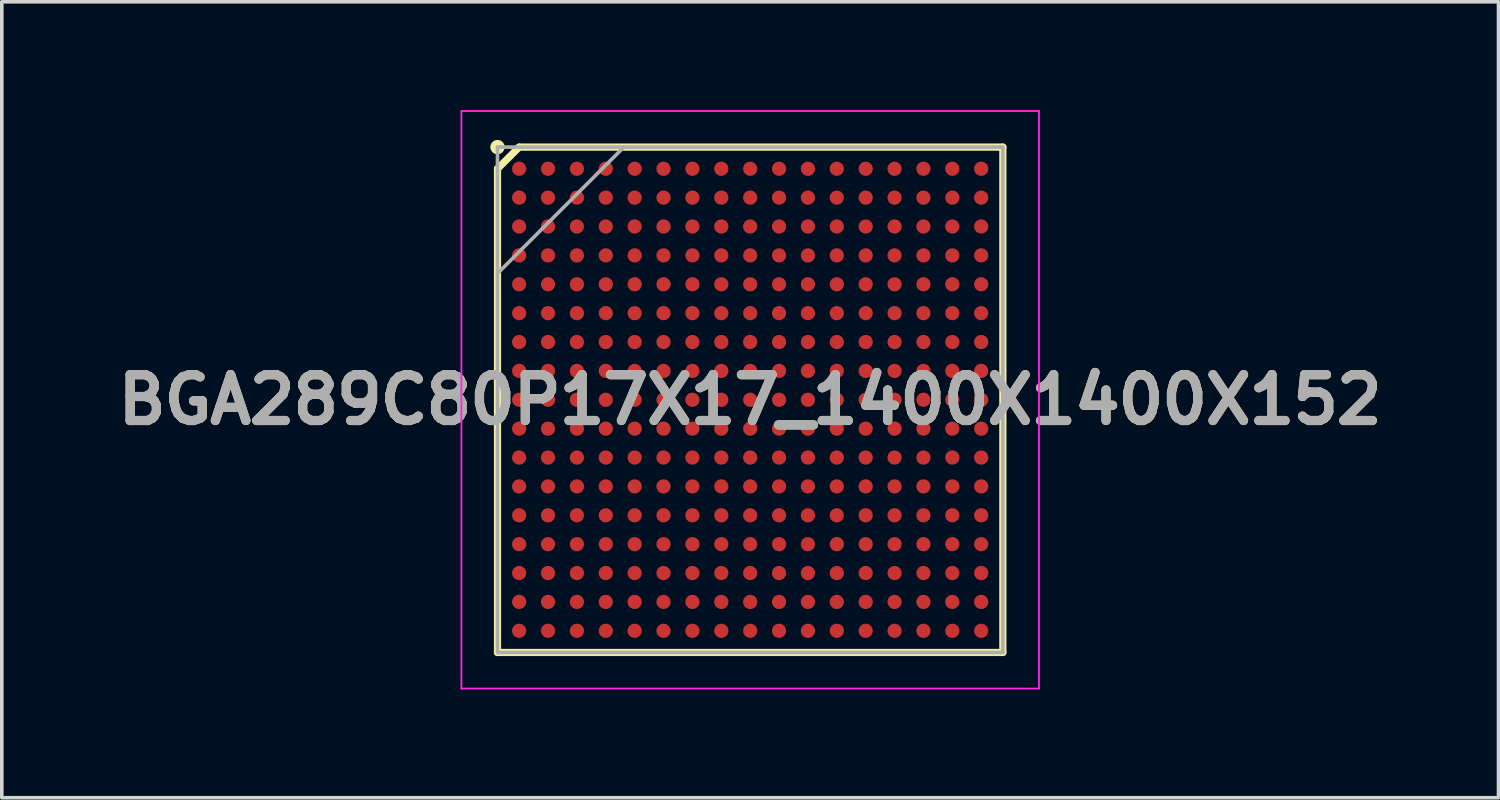
<source format=kicad_pcb>
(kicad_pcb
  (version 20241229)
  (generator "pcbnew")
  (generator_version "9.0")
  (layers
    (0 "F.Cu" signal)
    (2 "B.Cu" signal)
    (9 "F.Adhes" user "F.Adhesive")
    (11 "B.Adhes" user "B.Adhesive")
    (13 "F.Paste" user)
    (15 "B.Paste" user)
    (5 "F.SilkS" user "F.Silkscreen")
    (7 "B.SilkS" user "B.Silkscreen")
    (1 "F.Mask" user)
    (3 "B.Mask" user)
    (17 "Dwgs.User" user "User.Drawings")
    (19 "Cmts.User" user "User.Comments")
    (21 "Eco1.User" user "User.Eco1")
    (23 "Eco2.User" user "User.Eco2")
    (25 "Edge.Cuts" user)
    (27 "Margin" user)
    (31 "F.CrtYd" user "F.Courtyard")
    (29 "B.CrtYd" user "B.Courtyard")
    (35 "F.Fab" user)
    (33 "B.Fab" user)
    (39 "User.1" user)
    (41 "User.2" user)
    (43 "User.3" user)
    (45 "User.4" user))
  (footprint "BGA289C80P17X17_1400X1400X152"
    (layer "F.Cu")
    (at 17.732 8.025)
    (property "Reference" "BGA289C80P17X17_1400X1400X152" (at 0 0 0) (layer "F.SilkS") (effects (font (size 1.27 1.27) (thickness 0.254))))
    (attr smd)
    (fp_line (start -7 -6.4) (end -6.4 -7) (stroke (width 0.2) (type solid)) (layer "F.SilkS"))
    (fp_line (start -7 7) (end -7 -6.4) (stroke (width 0.2) (type solid)) (layer "F.SilkS"))
    (fp_line (start -6.4 -7) (end 7 -7) (stroke (width 0.2) (type solid)) (layer "F.SilkS"))
    (fp_line (start 7 -7) (end 7 7) (stroke (width 0.2) (type solid)) (layer "F.SilkS"))
    (fp_line (start 7 7) (end -7 7) (stroke (width 0.2) (type solid)) (layer "F.SilkS"))
    (fp_circle (center -7 -7) (end -7 -6.9) (stroke (width 0.2) (type solid)) (fill no) (layer "F.SilkS"))
    (fp_line (start -8 -8) (end 8 -8) (stroke (width 0.05) (type solid)) (layer "F.CrtYd"))
    (fp_line (start -8 8) (end -8 -8) (stroke (width 0.05) (type solid)) (layer "F.CrtYd"))
    (fp_line (start 8 -8) (end 8 8) (stroke (width 0.05) (type solid)) (layer "F.CrtYd"))
    (fp_line (start 8 8) (end -8 8) (stroke (width 0.05) (type solid)) (layer "F.CrtYd"))
    (fp_line (start -7 -7) (end 7 -7) (stroke (width 0.1) (type solid)) (layer "F.Fab"))
    (fp_line (start -7 -3.5) (end -3.5 -7) (stroke (width 0.1) (type solid)) (layer "F.Fab"))
    (fp_line (start -7 7) (end -7 -7) (stroke (width 0.1) (type solid)) (layer "F.Fab"))
    (fp_line (start 7 -7) (end 7 7) (stroke (width 0.1) (type solid)) (layer "F.Fab"))
    (fp_line (start 7 7) (end -7 7) (stroke (width 0.1) (type solid)) (layer "F.Fab"))
    (fp_text user "${REFERENCE}" (at 0 0 0) (layer "F.Fab") (effects (font (size 1.27 1.27) (thickness 0.254))))
    (pad "A1" smd circle (at -6.4 -6.4 90) (size 0.394 0.394) (layers "F.Cu" "F.Mask" "F.Paste"))
    (pad "A2" smd circle (at -5.6 -6.4 90) (size 0.394 0.394) (layers "F.Cu" "F.Mask" "F.Paste"))
    (pad "A3" smd circle (at -4.8 -6.4 90) (size 0.394 0.394) (layers "F.Cu" "F.Mask" "F.Paste"))
    (pad "A4" smd circle (at -4 -6.4 90) (size 0.394 0.394) (layers "F.Cu" "F.Mask" "F.Paste"))
    (pad "A5" smd circle (at -3.2 -6.4 90) (size 0.394 0.394) (layers "F.Cu" "F.Mask" "F.Paste"))
    (pad "A6" smd circle (at -2.4 -6.4 90) (size 0.394 0.394) (layers "F.Cu" "F.Mask" "F.Paste"))
    (pad "A7" smd circle (at -1.6 -6.4 90) (size 0.394 0.394) (layers "F.Cu" "F.Mask" "F.Paste"))
    (pad "A8" smd circle (at -0.8 -6.4 90) (size 0.394 0.394) (layers "F.Cu" "F.Mask" "F.Paste"))
    (pad "A9" smd circle (at 0 -6.4 90) (size 0.394 0.394) (layers "F.Cu" "F.Mask" "F.Paste"))
    (pad "A10" smd circle (at 0.8 -6.4 90) (size 0.394 0.394) (layers "F.Cu" "F.Mask" "F.Paste"))
    (pad "A11" smd circle (at 1.6 -6.4 90) (size 0.394 0.394) (layers "F.Cu" "F.Mask" "F.Paste"))
    (pad "A12" smd circle (at 2.4 -6.4 90) (size 0.394 0.394) (layers "F.Cu" "F.Mask" "F.Paste"))
    (pad "A13" smd circle (at 3.2 -6.4 90) (size 0.394 0.394) (layers "F.Cu" "F.Mask" "F.Paste"))
    (pad "A14" smd circle (at 4 -6.4 90) (size 0.394 0.394) (layers "F.Cu" "F.Mask" "F.Paste"))
    (pad "A15" smd circle (at 4.8 -6.4 90) (size 0.394 0.394) (layers "F.Cu" "F.Mask" "F.Paste"))
    (pad "A16" smd circle (at 5.6 -6.4 90) (size 0.394 0.394) (layers "F.Cu" "F.Mask" "F.Paste"))
    (pad "A17" smd circle (at 6.4 -6.4 90) (size 0.394 0.394) (layers "F.Cu" "F.Mask" "F.Paste"))
    (pad "B1" smd circle (at -6.4 -5.6 90) (size 0.394 0.394) (layers "F.Cu" "F.Mask" "F.Paste"))
    (pad "B2" smd circle (at -5.6 -5.6 90) (size 0.394 0.394) (layers "F.Cu" "F.Mask" "F.Paste"))
    (pad "B3" smd circle (at -4.8 -5.6 90) (size 0.394 0.394) (layers "F.Cu" "F.Mask" "F.Paste"))
    (pad "B4" smd circle (at -4 -5.6 90) (size 0.394 0.394) (layers "F.Cu" "F.Mask" "F.Paste"))
    (pad "B5" smd circle (at -3.2 -5.6 90) (size 0.394 0.394) (layers "F.Cu" "F.Mask" "F.Paste"))
    (pad "B6" smd circle (at -2.4 -5.6 90) (size 0.394 0.394) (layers "F.Cu" "F.Mask" "F.Paste"))
    (pad "B7" smd circle (at -1.6 -5.6 90) (size 0.394 0.394) (layers "F.Cu" "F.Mask" "F.Paste"))
    (pad "B8" smd circle (at -0.8 -5.6 90) (size 0.394 0.394) (layers "F.Cu" "F.Mask" "F.Paste"))
    (pad "B9" smd circle (at 0 -5.6 90) (size 0.394 0.394) (layers "F.Cu" "F.Mask" "F.Paste"))
    (pad "B10" smd circle (at 0.8 -5.6 90) (size 0.394 0.394) (layers "F.Cu" "F.Mask" "F.Paste"))
    (pad "B11" smd circle (at 1.6 -5.6 90) (size 0.394 0.394) (layers "F.Cu" "F.Mask" "F.Paste"))
    (pad "B12" smd circle (at 2.4 -5.6 90) (size 0.394 0.394) (layers "F.Cu" "F.Mask" "F.Paste"))
    (pad "B13" smd circle (at 3.2 -5.6 90) (size 0.394 0.394) (layers "F.Cu" "F.Mask" "F.Paste"))
    (pad "B14" smd circle (at 4 -5.6 90) (size 0.394 0.394) (layers "F.Cu" "F.Mask" "F.Paste"))
    (pad "B15" smd circle (at 4.8 -5.6 90) (size 0.394 0.394) (layers "F.Cu" "F.Mask" "F.Paste"))
    (pad "B16" smd circle (at 5.6 -5.6 90) (size 0.394 0.394) (layers "F.Cu" "F.Mask" "F.Paste"))
    (pad "B17" smd circle (at 6.4 -5.6 90) (size 0.394 0.394) (layers "F.Cu" "F.Mask" "F.Paste"))
    (pad "C1" smd circle (at -6.4 -4.8 90) (size 0.394 0.394) (layers "F.Cu" "F.Mask" "F.Paste"))
    (pad "C2" smd circle (at -5.6 -4.8 90) (size 0.394 0.394) (layers "F.Cu" "F.Mask" "F.Paste"))
    (pad "C3" smd circle (at -4.8 -4.8 90) (size 0.394 0.394) (layers "F.Cu" "F.Mask" "F.Paste"))
    (pad "C4" smd circle (at -4 -4.8 90) (size 0.394 0.394) (layers "F.Cu" "F.Mask" "F.Paste"))
    (pad "C5" smd circle (at -3.2 -4.8 90) (size 0.394 0.394) (layers "F.Cu" "F.Mask" "F.Paste"))
    (pad "C6" smd circle (at -2.4 -4.8 90) (size 0.394 0.394) (layers "F.Cu" "F.Mask" "F.Paste"))
    (pad "C7" smd circle (at -1.6 -4.8 90) (size 0.394 0.394) (layers "F.Cu" "F.Mask" "F.Paste"))
    (pad "C8" smd circle (at -0.8 -4.8 90) (size 0.394 0.394) (layers "F.Cu" "F.Mask" "F.Paste"))
    (pad "C9" smd circle (at 0 -4.8 90) (size 0.394 0.394) (layers "F.Cu" "F.Mask" "F.Paste"))
    (pad "C10" smd circle (at 0.8 -4.8 90) (size 0.394 0.394) (layers "F.Cu" "F.Mask" "F.Paste"))
    (pad "C11" smd circle (at 1.6 -4.8 90) (size 0.394 0.394) (layers "F.Cu" "F.Mask" "F.Paste"))
    (pad "C12" smd circle (at 2.4 -4.8 90) (size 0.394 0.394) (layers "F.Cu" "F.Mask" "F.Paste"))
    (pad "C13" smd circle (at 3.2 -4.8 90) (size 0.394 0.394) (layers "F.Cu" "F.Mask" "F.Paste"))
    (pad "C14" smd circle (at 4 -4.8 90) (size 0.394 0.394) (layers "F.Cu" "F.Mask" "F.Paste"))
    (pad "C15" smd circle (at 4.8 -4.8 90) (size 0.394 0.394) (layers "F.Cu" "F.Mask" "F.Paste"))
    (pad "C16" smd circle (at 5.6 -4.8 90) (size 0.394 0.394) (layers "F.Cu" "F.Mask" "F.Paste"))
    (pad "C17" smd circle (at 6.4 -4.8 90) (size 0.394 0.394) (layers "F.Cu" "F.Mask" "F.Paste"))
    (pad "D1" smd circle (at -6.4 -4 90) (size 0.394 0.394) (layers "F.Cu" "F.Mask" "F.Paste"))
    (pad "D2" smd circle (at -5.6 -4 90) (size 0.394 0.394) (layers "F.Cu" "F.Mask" "F.Paste"))
    (pad "D3" smd circle (at -4.8 -4 90) (size 0.394 0.394) (layers "F.Cu" "F.Mask" "F.Paste"))
    (pad "D4" smd circle (at -4 -4 90) (size 0.394 0.394) (layers "F.Cu" "F.Mask" "F.Paste"))
    (pad "D5" smd circle (at -3.2 -4 90) (size 0.394 0.394) (layers "F.Cu" "F.Mask" "F.Paste"))
    (pad "D6" smd circle (at -2.4 -4 90) (size 0.394 0.394) (layers "F.Cu" "F.Mask" "F.Paste"))
    (pad "D7" smd circle (at -1.6 -4 90) (size 0.394 0.394) (layers "F.Cu" "F.Mask" "F.Paste"))
    (pad "D8" smd circle (at -0.8 -4 90) (size 0.394 0.394) (layers "F.Cu" "F.Mask" "F.Paste"))
    (pad "D9" smd circle (at 0 -4 90) (size 0.394 0.394) (layers "F.Cu" "F.Mask" "F.Paste"))
    (pad "D10" smd circle (at 0.8 -4 90) (size 0.394 0.394) (layers "F.Cu" "F.Mask" "F.Paste"))
    (pad "D11" smd circle (at 1.6 -4 90) (size 0.394 0.394) (layers "F.Cu" "F.Mask" "F.Paste"))
    (pad "D12" smd circle (at 2.4 -4 90) (size 0.394 0.394) (layers "F.Cu" "F.Mask" "F.Paste"))
    (pad "D13" smd circle (at 3.2 -4 90) (size 0.394 0.394) (layers "F.Cu" "F.Mask" "F.Paste"))
    (pad "D14" smd circle (at 4 -4 90) (size 0.394 0.394) (layers "F.Cu" "F.Mask" "F.Paste"))
    (pad "D15" smd circle (at 4.8 -4 90) (size 0.394 0.394) (layers "F.Cu" "F.Mask" "F.Paste"))
    (pad "D16" smd circle (at 5.6 -4 90) (size 0.394 0.394) (layers "F.Cu" "F.Mask" "F.Paste"))
    (pad "D17" smd circle (at 6.4 -4 90) (size 0.394 0.394) (layers "F.Cu" "F.Mask" "F.Paste"))
    (pad "E1" smd circle (at -6.4 -3.2 90) (size 0.394 0.394) (layers "F.Cu" "F.Mask" "F.Paste"))
    (pad "E2" smd circle (at -5.6 -3.2 90) (size 0.394 0.394) (layers "F.Cu" "F.Mask" "F.Paste"))
    (pad "E3" smd circle (at -4.8 -3.2 90) (size 0.394 0.394) (layers "F.Cu" "F.Mask" "F.Paste"))
    (pad "E4" smd circle (at -4 -3.2 90) (size 0.394 0.394) (layers "F.Cu" "F.Mask" "F.Paste"))
    (pad "E5" smd circle (at -3.2 -3.2 90) (size 0.394 0.394) (layers "F.Cu" "F.Mask" "F.Paste"))
    (pad "E6" smd circle (at -2.4 -3.2 90) (size 0.394 0.394) (layers "F.Cu" "F.Mask" "F.Paste"))
    (pad "E7" smd circle (at -1.6 -3.2 90) (size 0.394 0.394) (layers "F.Cu" "F.Mask" "F.Paste"))
    (pad "E8" smd circle (at -0.8 -3.2 90) (size 0.394 0.394) (layers "F.Cu" "F.Mask" "F.Paste"))
    (pad "E9" smd circle (at 0 -3.2 90) (size 0.394 0.394) (layers "F.Cu" "F.Mask" "F.Paste"))
    (pad "E10" smd circle (at 0.8 -3.2 90) (size 0.394 0.394) (layers "F.Cu" "F.Mask" "F.Paste"))
    (pad "E11" smd circle (at 1.6 -3.2 90) (size 0.394 0.394) (layers "F.Cu" "F.Mask" "F.Paste"))
    (pad "E12" smd circle (at 2.4 -3.2 90) (size 0.394 0.394) (layers "F.Cu" "F.Mask" "F.Paste"))
    (pad "E13" smd circle (at 3.2 -3.2 90) (size 0.394 0.394) (layers "F.Cu" "F.Mask" "F.Paste"))
    (pad "E14" smd circle (at 4 -3.2 90) (size 0.394 0.394) (layers "F.Cu" "F.Mask" "F.Paste"))
    (pad "E15" smd circle (at 4.8 -3.2 90) (size 0.394 0.394) (layers "F.Cu" "F.Mask" "F.Paste"))
    (pad "E16" smd circle (at 5.6 -3.2 90) (size 0.394 0.394) (layers "F.Cu" "F.Mask" "F.Paste"))
    (pad "E17" smd circle (at 6.4 -3.2 90) (size 0.394 0.394) (layers "F.Cu" "F.Mask" "F.Paste"))
    (pad "F1" smd circle (at -6.4 -2.4 90) (size 0.394 0.394) (layers "F.Cu" "F.Mask" "F.Paste"))
    (pad "F2" smd circle (at -5.6 -2.4 90) (size 0.394 0.394) (layers "F.Cu" "F.Mask" "F.Paste"))
    (pad "F3" smd circle (at -4.8 -2.4 90) (size 0.394 0.394) (layers "F.Cu" "F.Mask" "F.Paste"))
    (pad "F4" smd circle (at -4 -2.4 90) (size 0.394 0.394) (layers "F.Cu" "F.Mask" "F.Paste"))
    (pad "F5" smd circle (at -3.2 -2.4 90) (size 0.394 0.394) (layers "F.Cu" "F.Mask" "F.Paste"))
    (pad "F6" smd circle (at -2.4 -2.4 90) (size 0.394 0.394) (layers "F.Cu" "F.Mask" "F.Paste"))
    (pad "F7" smd circle (at -1.6 -2.4 90) (size 0.394 0.394) (layers "F.Cu" "F.Mask" "F.Paste"))
    (pad "F8" smd circle (at -0.8 -2.4 90) (size 0.394 0.394) (layers "F.Cu" "F.Mask" "F.Paste"))
    (pad "F9" smd circle (at 0 -2.4 90) (size 0.394 0.394) (layers "F.Cu" "F.Mask" "F.Paste"))
    (pad "F10" smd circle (at 0.8 -2.4 90) (size 0.394 0.394) (layers "F.Cu" "F.Mask" "F.Paste"))
    (pad "F11" smd circle (at 1.6 -2.4 90) (size 0.394 0.394) (layers "F.Cu" "F.Mask" "F.Paste"))
    (pad "F12" smd circle (at 2.4 -2.4 90) (size 0.394 0.394) (layers "F.Cu" "F.Mask" "F.Paste"))
    (pad "F13" smd circle (at 3.2 -2.4 90) (size 0.394 0.394) (layers "F.Cu" "F.Mask" "F.Paste"))
    (pad "F14" smd circle (at 4 -2.4 90) (size 0.394 0.394) (layers "F.Cu" "F.Mask" "F.Paste"))
    (pad "F15" smd circle (at 4.8 -2.4 90) (size 0.394 0.394) (layers "F.Cu" "F.Mask" "F.Paste"))
    (pad "F16" smd circle (at 5.6 -2.4 90) (size 0.394 0.394) (layers "F.Cu" "F.Mask" "F.Paste"))
    (pad "F17" smd circle (at 6.4 -2.4 90) (size 0.394 0.394) (layers "F.Cu" "F.Mask" "F.Paste"))
    (pad "G1" smd circle (at -6.4 -1.6 90) (size 0.394 0.394) (layers "F.Cu" "F.Mask" "F.Paste"))
    (pad "G2" smd circle (at -5.6 -1.6 90) (size 0.394 0.394) (layers "F.Cu" "F.Mask" "F.Paste"))
    (pad "G3" smd circle (at -4.8 -1.6 90) (size 0.394 0.394) (layers "F.Cu" "F.Mask" "F.Paste"))
    (pad "G4" smd circle (at -4 -1.6 90) (size 0.394 0.394) (layers "F.Cu" "F.Mask" "F.Paste"))
    (pad "G5" smd circle (at -3.2 -1.6 90) (size 0.394 0.394) (layers "F.Cu" "F.Mask" "F.Paste"))
    (pad "G6" smd circle (at -2.4 -1.6 90) (size 0.394 0.394) (layers "F.Cu" "F.Mask" "F.Paste"))
    (pad "G7" smd circle (at -1.6 -1.6 90) (size 0.394 0.394) (layers "F.Cu" "F.Mask" "F.Paste"))
    (pad "G8" smd circle (at -0.8 -1.6 90) (size 0.394 0.394) (layers "F.Cu" "F.Mask" "F.Paste"))
    (pad "G9" smd circle (at 0 -1.6 90) (size 0.394 0.394) (layers "F.Cu" "F.Mask" "F.Paste"))
    (pad "G10" smd circle (at 0.8 -1.6 90) (size 0.394 0.394) (layers "F.Cu" "F.Mask" "F.Paste"))
    (pad "G11" smd circle (at 1.6 -1.6 90) (size 0.394 0.394) (layers "F.Cu" "F.Mask" "F.Paste"))
    (pad "G12" smd circle (at 2.4 -1.6 90) (size 0.394 0.394) (layers "F.Cu" "F.Mask" "F.Paste"))
    (pad "G13" smd circle (at 3.2 -1.6 90) (size 0.394 0.394) (layers "F.Cu" "F.Mask" "F.Paste"))
    (pad "G14" smd circle (at 4 -1.6 90) (size 0.394 0.394) (layers "F.Cu" "F.Mask" "F.Paste"))
    (pad "G15" smd circle (at 4.8 -1.6 90) (size 0.394 0.394) (layers "F.Cu" "F.Mask" "F.Paste"))
    (pad "G16" smd circle (at 5.6 -1.6 90) (size 0.394 0.394) (layers "F.Cu" "F.Mask" "F.Paste"))
    (pad "G17" smd circle (at 6.4 -1.6 90) (size 0.394 0.394) (layers "F.Cu" "F.Mask" "F.Paste"))
    (pad "H1" smd circle (at -6.4 -0.8 90) (size 0.394 0.394) (layers "F.Cu" "F.Mask" "F.Paste"))
    (pad "H2" smd circle (at -5.6 -0.8 90) (size 0.394 0.394) (layers "F.Cu" "F.Mask" "F.Paste"))
    (pad "H3" smd circle (at -4.8 -0.8 90) (size 0.394 0.394) (layers "F.Cu" "F.Mask" "F.Paste"))
    (pad "H4" smd circle (at -4 -0.8 90) (size 0.394 0.394) (layers "F.Cu" "F.Mask" "F.Paste"))
    (pad "H5" smd circle (at -3.2 -0.8 90) (size 0.394 0.394) (layers "F.Cu" "F.Mask" "F.Paste"))
    (pad "H6" smd circle (at -2.4 -0.8 90) (size 0.394 0.394) (layers "F.Cu" "F.Mask" "F.Paste"))
    (pad "H7" smd circle (at -1.6 -0.8 90) (size 0.394 0.394) (layers "F.Cu" "F.Mask" "F.Paste"))
    (pad "H8" smd circle (at -0.8 -0.8 90) (size 0.394 0.394) (layers "F.Cu" "F.Mask" "F.Paste"))
    (pad "H9" smd circle (at 0 -0.8 90) (size 0.394 0.394) (layers "F.Cu" "F.Mask" "F.Paste"))
    (pad "H10" smd circle (at 0.8 -0.8 90) (size 0.394 0.394) (layers "F.Cu" "F.Mask" "F.Paste"))
    (pad "H11" smd circle (at 1.6 -0.8 90) (size 0.394 0.394) (layers "F.Cu" "F.Mask" "F.Paste"))
    (pad "H12" smd circle (at 2.4 -0.8 90) (size 0.394 0.394) (layers "F.Cu" "F.Mask" "F.Paste"))
    (pad "H13" smd circle (at 3.2 -0.8 90) (size 0.394 0.394) (layers "F.Cu" "F.Mask" "F.Paste"))
    (pad "H14" smd circle (at 4 -0.8 90) (size 0.394 0.394) (layers "F.Cu" "F.Mask" "F.Paste"))
    (pad "H15" smd circle (at 4.8 -0.8 90) (size 0.394 0.394) (layers "F.Cu" "F.Mask" "F.Paste"))
    (pad "H16" smd circle (at 5.6 -0.8 90) (size 0.394 0.394) (layers "F.Cu" "F.Mask" "F.Paste"))
    (pad "H17" smd circle (at 6.4 -0.8 90) (size 0.394 0.394) (layers "F.Cu" "F.Mask" "F.Paste"))
    (pad "J1" smd circle (at -6.4 0 90) (size 0.394 0.394) (layers "F.Cu" "F.Mask" "F.Paste"))
    (pad "J2" smd circle (at -5.6 0 90) (size 0.394 0.394) (layers "F.Cu" "F.Mask" "F.Paste"))
    (pad "J3" smd circle (at -4.8 0 90) (size 0.394 0.394) (layers "F.Cu" "F.Mask" "F.Paste"))
    (pad "J4" smd circle (at -4 0 90) (size 0.394 0.394) (layers "F.Cu" "F.Mask" "F.Paste"))
    (pad "J5" smd circle (at -3.2 0 90) (size 0.394 0.394) (layers "F.Cu" "F.Mask" "F.Paste"))
    (pad "J6" smd circle (at -2.4 0 90) (size 0.394 0.394) (layers "F.Cu" "F.Mask" "F.Paste"))
    (pad "J7" smd circle (at -1.6 0 90) (size 0.394 0.394) (layers "F.Cu" "F.Mask" "F.Paste"))
    (pad "J8" smd circle (at -0.8 0 90) (size 0.394 0.394) (layers "F.Cu" "F.Mask" "F.Paste"))
    (pad "J9" smd circle (at 0 0 90) (size 0.394 0.394) (layers "F.Cu" "F.Mask" "F.Paste"))
    (pad "J10" smd circle (at 0.8 0 90) (size 0.394 0.394) (layers "F.Cu" "F.Mask" "F.Paste"))
    (pad "J11" smd circle (at 1.6 0 90) (size 0.394 0.394) (layers "F.Cu" "F.Mask" "F.Paste"))
    (pad "J12" smd circle (at 2.4 0 90) (size 0.394 0.394) (layers "F.Cu" "F.Mask" "F.Paste"))
    (pad "J13" smd circle (at 3.2 0 90) (size 0.394 0.394) (layers "F.Cu" "F.Mask" "F.Paste"))
    (pad "J14" smd circle (at 4 0 90) (size 0.394 0.394) (layers "F.Cu" "F.Mask" "F.Paste"))
    (pad "J15" smd circle (at 4.8 0 90) (size 0.394 0.394) (layers "F.Cu" "F.Mask" "F.Paste"))
    (pad "J16" smd circle (at 5.6 0 90) (size 0.394 0.394) (layers "F.Cu" "F.Mask" "F.Paste"))
    (pad "J17" smd circle (at 6.4 0 90) (size 0.394 0.394) (layers "F.Cu" "F.Mask" "F.Paste"))
    (pad "K1" smd circle (at -6.4 0.8 90) (size 0.394 0.394) (layers "F.Cu" "F.Mask" "F.Paste"))
    (pad "K2" smd circle (at -5.6 0.8 90) (size 0.394 0.394) (layers "F.Cu" "F.Mask" "F.Paste"))
    (pad "K3" smd circle (at -4.8 0.8 90) (size 0.394 0.394) (layers "F.Cu" "F.Mask" "F.Paste"))
    (pad "K4" smd circle (at -4 0.8 90) (size 0.394 0.394) (layers "F.Cu" "F.Mask" "F.Paste"))
    (pad "K5" smd circle (at -3.2 0.8 90) (size 0.394 0.394) (layers "F.Cu" "F.Mask" "F.Paste"))
    (pad "K6" smd circle (at -2.4 0.8 90) (size 0.394 0.394) (layers "F.Cu" "F.Mask" "F.Paste"))
    (pad "K7" smd circle (at -1.6 0.8 90) (size 0.394 0.394) (layers "F.Cu" "F.Mask" "F.Paste"))
    (pad "K8" smd circle (at -0.8 0.8 90) (size 0.394 0.394) (layers "F.Cu" "F.Mask" "F.Paste"))
    (pad "K9" smd circle (at 0 0.8 90) (size 0.394 0.394) (layers "F.Cu" "F.Mask" "F.Paste"))
    (pad "K10" smd circle (at 0.8 0.8 90) (size 0.394 0.394) (layers "F.Cu" "F.Mask" "F.Paste"))
    (pad "K11" smd circle (at 1.6 0.8 90) (size 0.394 0.394) (layers "F.Cu" "F.Mask" "F.Paste"))
    (pad "K12" smd circle (at 2.4 0.8 90) (size 0.394 0.394) (layers "F.Cu" "F.Mask" "F.Paste"))
    (pad "K13" smd circle (at 3.2 0.8 90) (size 0.394 0.394) (layers "F.Cu" "F.Mask" "F.Paste"))
    (pad "K14" smd circle (at 4 0.8 90) (size 0.394 0.394) (layers "F.Cu" "F.Mask" "F.Paste"))
    (pad "K15" smd circle (at 4.8 0.8 90) (size 0.394 0.394) (layers "F.Cu" "F.Mask" "F.Paste"))
    (pad "K16" smd circle (at 5.6 0.8 90) (size 0.394 0.394) (layers "F.Cu" "F.Mask" "F.Paste"))
    (pad "K17" smd circle (at 6.4 0.8 90) (size 0.394 0.394) (layers "F.Cu" "F.Mask" "F.Paste"))
    (pad "L1" smd circle (at -6.4 1.6 90) (size 0.394 0.394) (layers "F.Cu" "F.Mask" "F.Paste"))
    (pad "L2" smd circle (at -5.6 1.6 90) (size 0.394 0.394) (layers "F.Cu" "F.Mask" "F.Paste"))
    (pad "L3" smd circle (at -4.8 1.6 90) (size 0.394 0.394) (layers "F.Cu" "F.Mask" "F.Paste"))
    (pad "L4" smd circle (at -4 1.6 90) (size 0.394 0.394) (layers "F.Cu" "F.Mask" "F.Paste"))
    (pad "L5" smd circle (at -3.2 1.6 90) (size 0.394 0.394) (layers "F.Cu" "F.Mask" "F.Paste"))
    (pad "L6" smd circle (at -2.4 1.6 90) (size 0.394 0.394) (layers "F.Cu" "F.Mask" "F.Paste"))
    (pad "L7" smd circle (at -1.6 1.6 90) (size 0.394 0.394) (layers "F.Cu" "F.Mask" "F.Paste"))
    (pad "L8" smd circle (at -0.8 1.6 90) (size 0.394 0.394) (layers "F.Cu" "F.Mask" "F.Paste"))
    (pad "L9" smd circle (at 0 1.6 90) (size 0.394 0.394) (layers "F.Cu" "F.Mask" "F.Paste"))
    (pad "L10" smd circle (at 0.8 1.6 90) (size 0.394 0.394) (layers "F.Cu" "F.Mask" "F.Paste"))
    (pad "L11" smd circle (at 1.6 1.6 90) (size 0.394 0.394) (layers "F.Cu" "F.Mask" "F.Paste"))
    (pad "L12" smd circle (at 2.4 1.6 90) (size 0.394 0.394) (layers "F.Cu" "F.Mask" "F.Paste"))
    (pad "L13" smd circle (at 3.2 1.6 90) (size 0.394 0.394) (layers "F.Cu" "F.Mask" "F.Paste"))
    (pad "L14" smd circle (at 4 1.6 90) (size 0.394 0.394) (layers "F.Cu" "F.Mask" "F.Paste"))
    (pad "L15" smd circle (at 4.8 1.6 90) (size 0.394 0.394) (layers "F.Cu" "F.Mask" "F.Paste"))
    (pad "L16" smd circle (at 5.6 1.6 90) (size 0.394 0.394) (layers "F.Cu" "F.Mask" "F.Paste"))
    (pad "L17" smd circle (at 6.4 1.6 90) (size 0.394 0.394) (layers "F.Cu" "F.Mask" "F.Paste"))
    (pad "M1" smd circle (at -6.4 2.4 90) (size 0.394 0.394) (layers "F.Cu" "F.Mask" "F.Paste"))
    (pad "M2" smd circle (at -5.6 2.4 90) (size 0.394 0.394) (layers "F.Cu" "F.Mask" "F.Paste"))
    (pad "M3" smd circle (at -4.8 2.4 90) (size 0.394 0.394) (layers "F.Cu" "F.Mask" "F.Paste"))
    (pad "M4" smd circle (at -4 2.4 90) (size 0.394 0.394) (layers "F.Cu" "F.Mask" "F.Paste"))
    (pad "M5" smd circle (at -3.2 2.4 90) (size 0.394 0.394) (layers "F.Cu" "F.Mask" "F.Paste"))
    (pad "M6" smd circle (at -2.4 2.4 90) (size 0.394 0.394) (layers "F.Cu" "F.Mask" "F.Paste"))
    (pad "M7" smd circle (at -1.6 2.4 90) (size 0.394 0.394) (layers "F.Cu" "F.Mask" "F.Paste"))
    (pad "M8" smd circle (at -0.8 2.4 90) (size 0.394 0.394) (layers "F.Cu" "F.Mask" "F.Paste"))
    (pad "M9" smd circle (at 0 2.4 90) (size 0.394 0.394) (layers "F.Cu" "F.Mask" "F.Paste"))
    (pad "M10" smd circle (at 0.8 2.4 90) (size 0.394 0.394) (layers "F.Cu" "F.Mask" "F.Paste"))
    (pad "M11" smd circle (at 1.6 2.4 90) (size 0.394 0.394) (layers "F.Cu" "F.Mask" "F.Paste"))
    (pad "M12" smd circle (at 2.4 2.4 90) (size 0.394 0.394) (layers "F.Cu" "F.Mask" "F.Paste"))
    (pad "M13" smd circle (at 3.2 2.4 90) (size 0.394 0.394) (layers "F.Cu" "F.Mask" "F.Paste"))
    (pad "M14" smd circle (at 4 2.4 90) (size 0.394 0.394) (layers "F.Cu" "F.Mask" "F.Paste"))
    (pad "M15" smd circle (at 4.8 2.4 90) (size 0.394 0.394) (layers "F.Cu" "F.Mask" "F.Paste"))
    (pad "M16" smd circle (at 5.6 2.4 90) (size 0.394 0.394) (layers "F.Cu" "F.Mask" "F.Paste"))
    (pad "M17" smd circle (at 6.4 2.4 90) (size 0.394 0.394) (layers "F.Cu" "F.Mask" "F.Paste"))
    (pad "N1" smd circle (at -6.4 3.2 90) (size 0.394 0.394) (layers "F.Cu" "F.Mask" "F.Paste"))
    (pad "N2" smd circle (at -5.6 3.2 90) (size 0.394 0.394) (layers "F.Cu" "F.Mask" "F.Paste"))
    (pad "N3" smd circle (at -4.8 3.2 90) (size 0.394 0.394) (layers "F.Cu" "F.Mask" "F.Paste"))
    (pad "N4" smd circle (at -4 3.2 90) (size 0.394 0.394) (layers "F.Cu" "F.Mask" "F.Paste"))
    (pad "N5" smd circle (at -3.2 3.2 90) (size 0.394 0.394) (layers "F.Cu" "F.Mask" "F.Paste"))
    (pad "N6" smd circle (at -2.4 3.2 90) (size 0.394 0.394) (layers "F.Cu" "F.Mask" "F.Paste"))
    (pad "N7" smd circle (at -1.6 3.2 90) (size 0.394 0.394) (layers "F.Cu" "F.Mask" "F.Paste"))
    (pad "N8" smd circle (at -0.8 3.2 90) (size 0.394 0.394) (layers "F.Cu" "F.Mask" "F.Paste"))
    (pad "N9" smd circle (at 0 3.2 90) (size 0.394 0.394) (layers "F.Cu" "F.Mask" "F.Paste"))
    (pad "N10" smd circle (at 0.8 3.2 90) (size 0.394 0.394) (layers "F.Cu" "F.Mask" "F.Paste"))
    (pad "N11" smd circle (at 1.6 3.2 90) (size 0.394 0.394) (layers "F.Cu" "F.Mask" "F.Paste"))
    (pad "N12" smd circle (at 2.4 3.2 90) (size 0.394 0.394) (layers "F.Cu" "F.Mask" "F.Paste"))
    (pad "N13" smd circle (at 3.2 3.2 90) (size 0.394 0.394) (layers "F.Cu" "F.Mask" "F.Paste"))
    (pad "N14" smd circle (at 4 3.2 90) (size 0.394 0.394) (layers "F.Cu" "F.Mask" "F.Paste"))
    (pad "N15" smd circle (at 4.8 3.2 90) (size 0.394 0.394) (layers "F.Cu" "F.Mask" "F.Paste"))
    (pad "N16" smd circle (at 5.6 3.2 90) (size 0.394 0.394) (layers "F.Cu" "F.Mask" "F.Paste"))
    (pad "N17" smd circle (at 6.4 3.2 90) (size 0.394 0.394) (layers "F.Cu" "F.Mask" "F.Paste"))
    (pad "P1" smd circle (at -6.4 4 90) (size 0.394 0.394) (layers "F.Cu" "F.Mask" "F.Paste"))
    (pad "P2" smd circle (at -5.6 4 90) (size 0.394 0.394) (layers "F.Cu" "F.Mask" "F.Paste"))
    (pad "P3" smd circle (at -4.8 4 90) (size 0.394 0.394) (layers "F.Cu" "F.Mask" "F.Paste"))
    (pad "P4" smd circle (at -4 4 90) (size 0.394 0.394) (layers "F.Cu" "F.Mask" "F.Paste"))
    (pad "P5" smd circle (at -3.2 4 90) (size 0.394 0.394) (layers "F.Cu" "F.Mask" "F.Paste"))
    (pad "P6" smd circle (at -2.4 4 90) (size 0.394 0.394) (layers "F.Cu" "F.Mask" "F.Paste"))
    (pad "P7" smd circle (at -1.6 4 90) (size 0.394 0.394) (layers "F.Cu" "F.Mask" "F.Paste"))
    (pad "P8" smd circle (at -0.8 4 90) (size 0.394 0.394) (layers "F.Cu" "F.Mask" "F.Paste"))
    (pad "P9" smd circle (at 0 4 90) (size 0.394 0.394) (layers "F.Cu" "F.Mask" "F.Paste"))
    (pad "P10" smd circle (at 0.8 4 90) (size 0.394 0.394) (layers "F.Cu" "F.Mask" "F.Paste"))
    (pad "P11" smd circle (at 1.6 4 90) (size 0.394 0.394) (layers "F.Cu" "F.Mask" "F.Paste"))
    (pad "P12" smd circle (at 2.4 4 90) (size 0.394 0.394) (layers "F.Cu" "F.Mask" "F.Paste"))
    (pad "P13" smd circle (at 3.2 4 90) (size 0.394 0.394) (layers "F.Cu" "F.Mask" "F.Paste"))
    (pad "P14" smd circle (at 4 4 90) (size 0.394 0.394) (layers "F.Cu" "F.Mask" "F.Paste"))
    (pad "P15" smd circle (at 4.8 4 90) (size 0.394 0.394) (layers "F.Cu" "F.Mask" "F.Paste"))
    (pad "P16" smd circle (at 5.6 4 90) (size 0.394 0.394) (layers "F.Cu" "F.Mask" "F.Paste"))
    (pad "P17" smd circle (at 6.4 4 90) (size 0.394 0.394) (layers "F.Cu" "F.Mask" "F.Paste"))
    (pad "R1" smd circle (at -6.4 4.8 90) (size 0.394 0.394) (layers "F.Cu" "F.Mask" "F.Paste"))
    (pad "R2" smd circle (at -5.6 4.8 90) (size 0.394 0.394) (layers "F.Cu" "F.Mask" "F.Paste"))
    (pad "R3" smd circle (at -4.8 4.8 90) (size 0.394 0.394) (layers "F.Cu" "F.Mask" "F.Paste"))
    (pad "R4" smd circle (at -4 4.8 90) (size 0.394 0.394) (layers "F.Cu" "F.Mask" "F.Paste"))
    (pad "R5" smd circle (at -3.2 4.8 90) (size 0.394 0.394) (layers "F.Cu" "F.Mask" "F.Paste"))
    (pad "R6" smd circle (at -2.4 4.8 90) (size 0.394 0.394) (layers "F.Cu" "F.Mask" "F.Paste"))
    (pad "R7" smd circle (at -1.6 4.8 90) (size 0.394 0.394) (layers "F.Cu" "F.Mask" "F.Paste"))
    (pad "R8" smd circle (at -0.8 4.8 90) (size 0.394 0.394) (layers "F.Cu" "F.Mask" "F.Paste"))
    (pad "R9" smd circle (at 0 4.8 90) (size 0.394 0.394) (layers "F.Cu" "F.Mask" "F.Paste"))
    (pad "R10" smd circle (at 0.8 4.8 90) (size 0.394 0.394) (layers "F.Cu" "F.Mask" "F.Paste"))
    (pad "R11" smd circle (at 1.6 4.8 90) (size 0.394 0.394) (layers "F.Cu" "F.Mask" "F.Paste"))
    (pad "R12" smd circle (at 2.4 4.8 90) (size 0.394 0.394) (layers "F.Cu" "F.Mask" "F.Paste"))
    (pad "R13" smd circle (at 3.2 4.8 90) (size 0.394 0.394) (layers "F.Cu" "F.Mask" "F.Paste"))
    (pad "R14" smd circle (at 4 4.8 90) (size 0.394 0.394) (layers "F.Cu" "F.Mask" "F.Paste"))
    (pad "R15" smd circle (at 4.8 4.8 90) (size 0.394 0.394) (layers "F.Cu" "F.Mask" "F.Paste"))
    (pad "R16" smd circle (at 5.6 4.8 90) (size 0.394 0.394) (layers "F.Cu" "F.Mask" "F.Paste"))
    (pad "R17" smd circle (at 6.4 4.8 90) (size 0.394 0.394) (layers "F.Cu" "F.Mask" "F.Paste"))
    (pad "T1" smd circle (at -6.4 5.6 90) (size 0.394 0.394) (layers "F.Cu" "F.Mask" "F.Paste"))
    (pad "T2" smd circle (at -5.6 5.6 90) (size 0.394 0.394) (layers "F.Cu" "F.Mask" "F.Paste"))
    (pad "T3" smd circle (at -4.8 5.6 90) (size 0.394 0.394) (layers "F.Cu" "F.Mask" "F.Paste"))
    (pad "T4" smd circle (at -4 5.6 90) (size 0.394 0.394) (layers "F.Cu" "F.Mask" "F.Paste"))
    (pad "T5" smd circle (at -3.2 5.6 90) (size 0.394 0.394) (layers "F.Cu" "F.Mask" "F.Paste"))
    (pad "T6" smd circle (at -2.4 5.6 90) (size 0.394 0.394) (layers "F.Cu" "F.Mask" "F.Paste"))
    (pad "T7" smd circle (at -1.6 5.6 90) (size 0.394 0.394) (layers "F.Cu" "F.Mask" "F.Paste"))
    (pad "T8" smd circle (at -0.8 5.6 90) (size 0.394 0.394) (layers "F.Cu" "F.Mask" "F.Paste"))
    (pad "T9" smd circle (at 0 5.6 90) (size 0.394 0.394) (layers "F.Cu" "F.Mask" "F.Paste"))
    (pad "T10" smd circle (at 0.8 5.6 90) (size 0.394 0.394) (layers "F.Cu" "F.Mask" "F.Paste"))
    (pad "T11" smd circle (at 1.6 5.6 90) (size 0.394 0.394) (layers "F.Cu" "F.Mask" "F.Paste"))
    (pad "T12" smd circle (at 2.4 5.6 90) (size 0.394 0.394) (layers "F.Cu" "F.Mask" "F.Paste"))
    (pad "T13" smd circle (at 3.2 5.6 90) (size 0.394 0.394) (layers "F.Cu" "F.Mask" "F.Paste"))
    (pad "T14" smd circle (at 4 5.6 90) (size 0.394 0.394) (layers "F.Cu" "F.Mask" "F.Paste"))
    (pad "T15" smd circle (at 4.8 5.6 90) (size 0.394 0.394) (layers "F.Cu" "F.Mask" "F.Paste"))
    (pad "T16" smd circle (at 5.6 5.6 90) (size 0.394 0.394) (layers "F.Cu" "F.Mask" "F.Paste"))
    (pad "T17" smd circle (at 6.4 5.6 90) (size 0.394 0.394) (layers "F.Cu" "F.Mask" "F.Paste"))
    (pad "U1" smd circle (at -6.4 6.4 90) (size 0.394 0.394) (layers "F.Cu" "F.Mask" "F.Paste"))
    (pad "U2" smd circle (at -5.6 6.4 90) (size 0.394 0.394) (layers "F.Cu" "F.Mask" "F.Paste"))
    (pad "U3" smd circle (at -4.8 6.4 90) (size 0.394 0.394) (layers "F.Cu" "F.Mask" "F.Paste"))
    (pad "U4" smd circle (at -4 6.4 90) (size 0.394 0.394) (layers "F.Cu" "F.Mask" "F.Paste"))
    (pad "U5" smd circle (at -3.2 6.4 90) (size 0.394 0.394) (layers "F.Cu" "F.Mask" "F.Paste"))
    (pad "U6" smd circle (at -2.4 6.4 90) (size 0.394 0.394) (layers "F.Cu" "F.Mask" "F.Paste"))
    (pad "U7" smd circle (at -1.6 6.4 90) (size 0.394 0.394) (layers "F.Cu" "F.Mask" "F.Paste"))
    (pad "U8" smd circle (at -0.8 6.4 90) (size 0.394 0.394) (layers "F.Cu" "F.Mask" "F.Paste"))
    (pad "U9" smd circle (at 0 6.4 90) (size 0.394 0.394) (layers "F.Cu" "F.Mask" "F.Paste"))
    (pad "U10" smd circle (at 0.8 6.4 90) (size 0.394 0.394) (layers "F.Cu" "F.Mask" "F.Paste"))
    (pad "U11" smd circle (at 1.6 6.4 90) (size 0.394 0.394) (layers "F.Cu" "F.Mask" "F.Paste"))
    (pad "U12" smd circle (at 2.4 6.4 90) (size 0.394 0.394) (layers "F.Cu" "F.Mask" "F.Paste"))
    (pad "U13" smd circle (at 3.2 6.4 90) (size 0.394 0.394) (layers "F.Cu" "F.Mask" "F.Paste"))
    (pad "U14" smd circle (at 4 6.4 90) (size 0.394 0.394) (layers "F.Cu" "F.Mask" "F.Paste"))
    (pad "U15" smd circle (at 4.8 6.4 90) (size 0.394 0.394) (layers "F.Cu" "F.Mask" "F.Paste"))
    (pad "U16" smd circle (at 5.6 6.4 90) (size 0.394 0.394) (layers "F.Cu" "F.Mask" "F.Paste"))
    (pad "U17" smd circle (at 6.4 6.4 90) (size 0.394 0.394) (layers "F.Cu" "F.Mask" "F.Paste")))
  (gr_rect
    (start -3 -3)
    (end 38.463 19.05)
    (stroke (width 0.1) (type default))
    (fill no)
    (layer "Edge.Cuts")))
</source>
